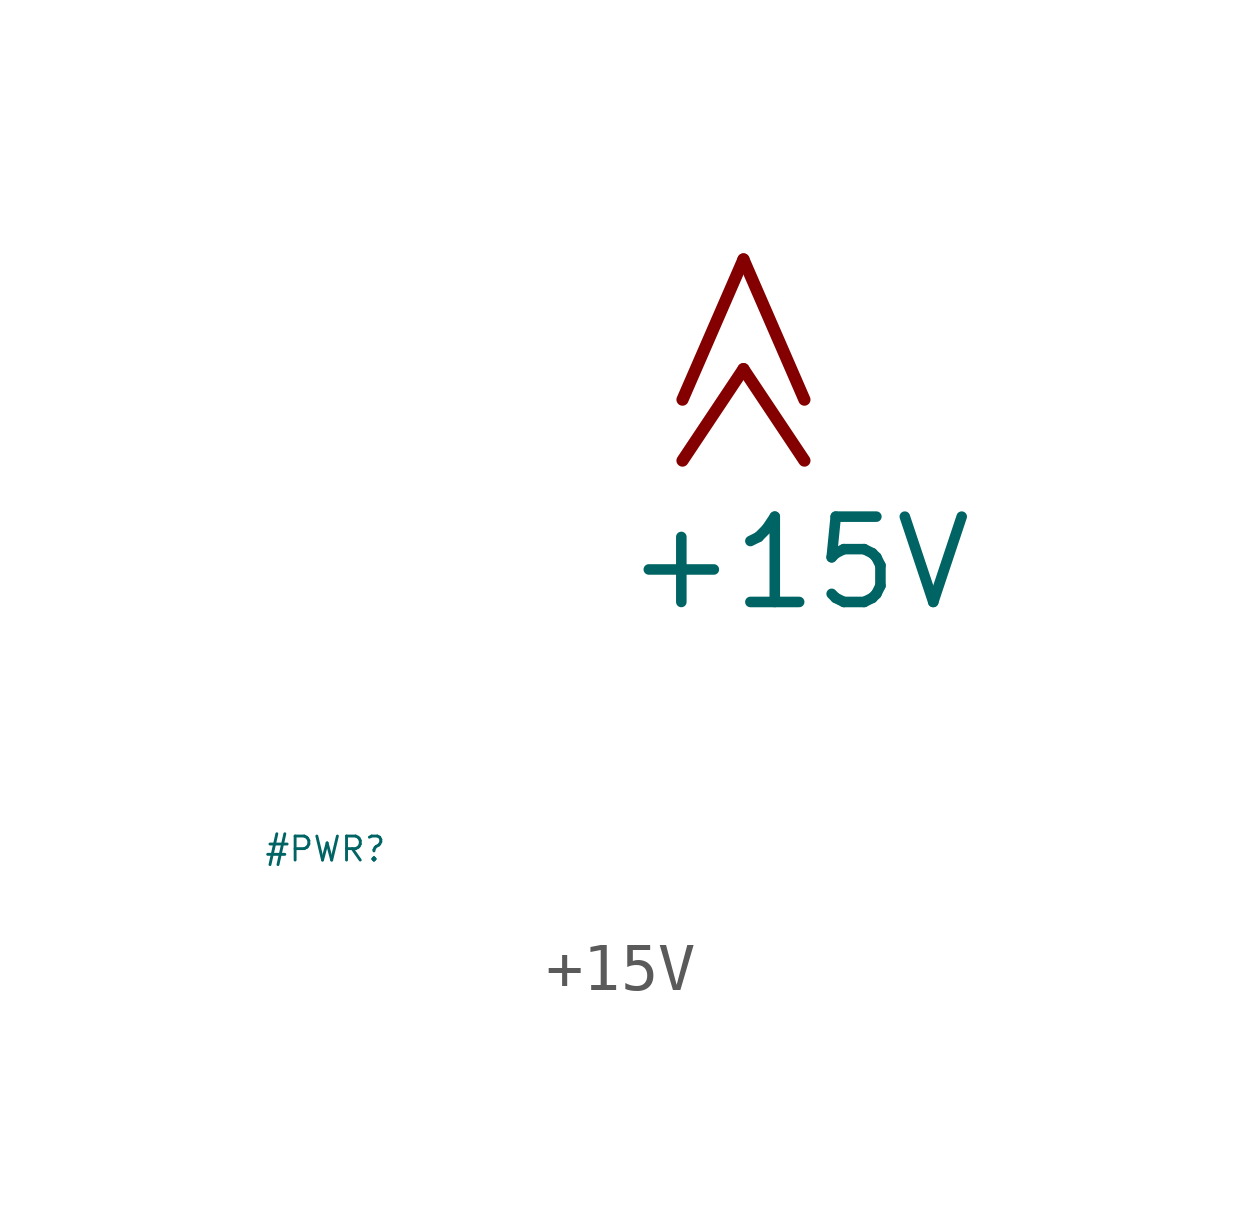
<source format=kicad_sym>
(kicad_symbol_lib
  (version 20220914)
  (generator Eagle2Kicad)
  (symbol "+15V"
    (power)
    (pin_names
      (offset 0))
    (property "Reference" "#PWR"
      (at -10 -10 0)
      (effects (font (size 0.5 0.5) (thickness 0.06)) (justify left)))
    (property "Value" "+15V"
      (at -2.54 -5.08 0)
      (effects (font (size 1.778 1.778) (thickness 0.22)) (justify left bottom)))
    (polyline
      (pts (xy 1.27 -1.905) (xy 0 0))
      (stroke (width 0.254) (type default))
      (fill (type none)))
    (polyline
      (pts (xy 0 0) (xy -1.27 -1.905))
      (stroke (width 0.254) (type default))
      (fill (type none)))
    (polyline
      (pts (xy 1.27 -0.635) (xy 0 2.286))
      (stroke (width 0.254) (type default))
      (fill (type none)))
    (polyline
      (pts (xy 0 2.286) (xy -1.27 -0.635))
      (stroke (width 0.254) (type default))
      (fill (type none)))
    (pin power_in line
      (at 0 -2.54 90)
      (length 2.54) hide
      (name "+15V" (effects (font (size 0.635 0.635) (thickness 0.08)) (justify left bottom)))
      (number "1" (effects (font (size 0.635 0.635) (thickness 0.08)) (justify left bottom))))))
</source>
